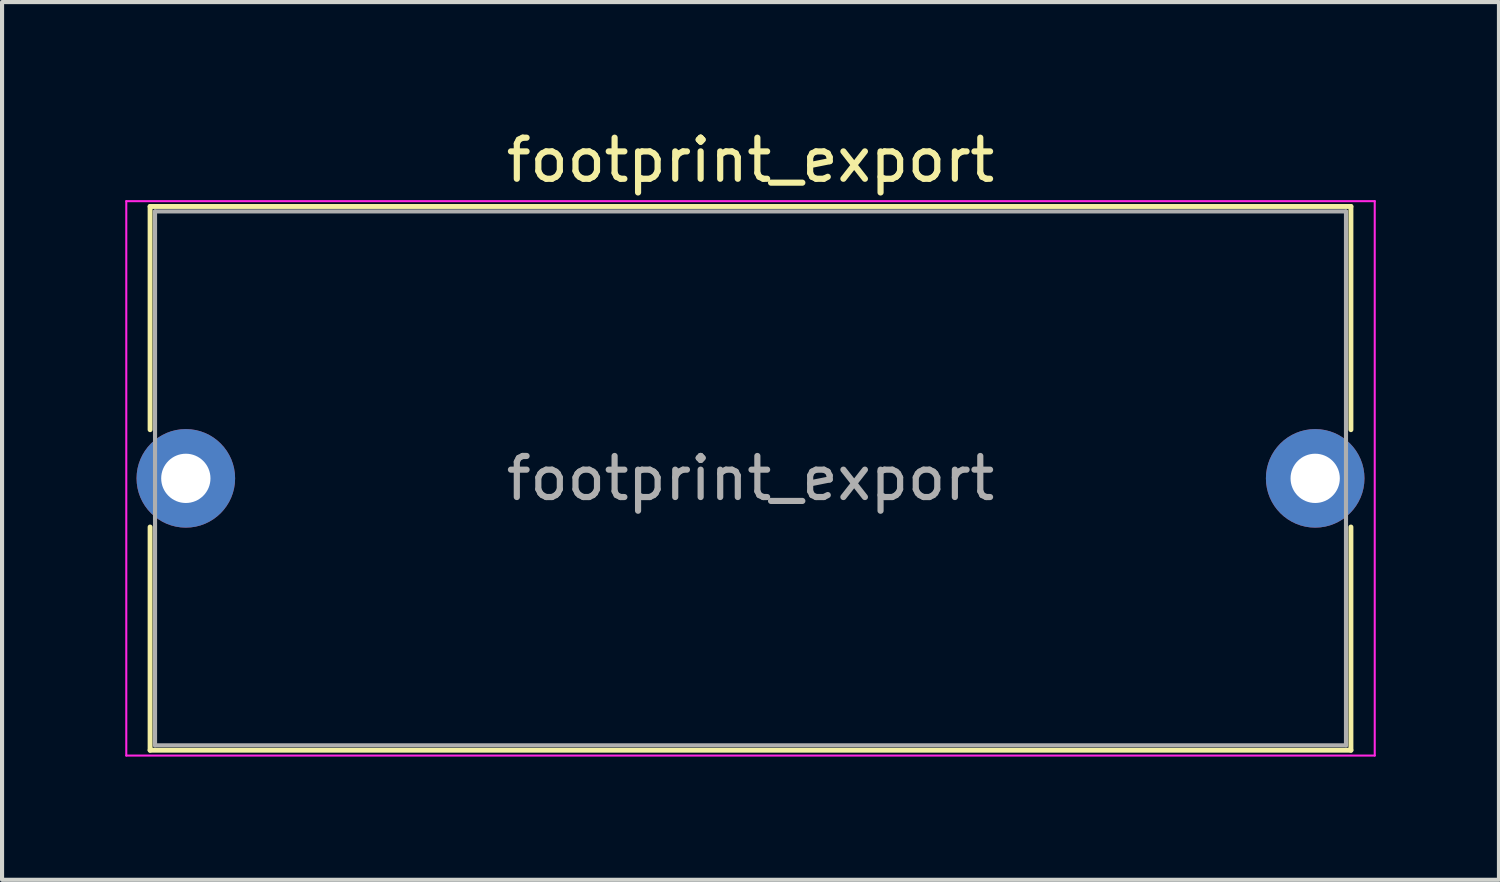
<source format=kicad_pcb>
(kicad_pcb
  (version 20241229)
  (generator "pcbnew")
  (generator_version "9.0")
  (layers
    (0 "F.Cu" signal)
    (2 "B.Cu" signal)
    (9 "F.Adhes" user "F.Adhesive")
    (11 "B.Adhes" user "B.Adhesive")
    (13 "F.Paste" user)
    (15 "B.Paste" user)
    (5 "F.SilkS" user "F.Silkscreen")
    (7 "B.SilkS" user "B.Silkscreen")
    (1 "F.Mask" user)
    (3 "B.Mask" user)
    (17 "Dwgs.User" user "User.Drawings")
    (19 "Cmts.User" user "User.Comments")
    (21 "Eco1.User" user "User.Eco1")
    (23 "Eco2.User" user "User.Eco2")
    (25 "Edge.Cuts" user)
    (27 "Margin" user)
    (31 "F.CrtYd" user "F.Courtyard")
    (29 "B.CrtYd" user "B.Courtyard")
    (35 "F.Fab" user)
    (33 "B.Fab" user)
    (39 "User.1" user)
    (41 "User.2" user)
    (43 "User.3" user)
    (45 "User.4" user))
  (footprint "footprint_export"
    (layer "F.Cu")
    (at 1.475 8.598)
    (property "Reference" "footprint_export" (at 13.75 -7.75 0) (layer "F.SilkS") (effects (font (size 1 1) (thickness 0.15))))
    (attr through_hole)
    (fp_line (start -0.87 -6.62) (end -0.87 -1.185) (stroke (width 0.12) (type solid)) (layer "F.SilkS"))
    (fp_line (start -0.87 -6.62) (end 28.37 -6.62) (stroke (width 0.12) (type solid)) (layer "F.SilkS"))
    (fp_line (start -0.87 1.185) (end -0.87 6.62) (stroke (width 0.12) (type solid)) (layer "F.SilkS"))
    (fp_line (start -0.87 6.62) (end 28.37 6.62) (stroke (width 0.12) (type solid)) (layer "F.SilkS"))
    (fp_line (start 28.37 -6.62) (end 28.37 -1.185) (stroke (width 0.12) (type solid)) (layer "F.SilkS"))
    (fp_line (start 28.37 1.185) (end 28.37 6.62) (stroke (width 0.12) (type solid)) (layer "F.SilkS"))
    (fp_line (start -1.45 -6.75) (end -1.45 6.75) (stroke (width 0.05) (type solid)) (layer "F.CrtYd"))
    (fp_line (start -1.45 6.75) (end 28.95 6.75) (stroke (width 0.05) (type solid)) (layer "F.CrtYd"))
    (fp_line (start 28.95 -6.75) (end -1.45 -6.75) (stroke (width 0.05) (type solid)) (layer "F.CrtYd"))
    (fp_line (start 28.95 6.75) (end 28.95 -6.75) (stroke (width 0.05) (type solid)) (layer "F.CrtYd"))
    (fp_line (start -0.75 -6.5) (end -0.75 6.5) (stroke (width 0.1) (type solid)) (layer "F.Fab"))
    (fp_line (start -0.75 6.5) (end 28.25 6.5) (stroke (width 0.1) (type solid)) (layer "F.Fab"))
    (fp_line (start 28.25 -6.5) (end -0.75 -6.5) (stroke (width 0.1) (type solid)) (layer "F.Fab"))
    (fp_line (start 28.25 6.5) (end 28.25 -6.5) (stroke (width 0.1) (type solid)) (layer "F.Fab"))
    (fp_text user "${REFERENCE}" (at 13.75 0 0) (layer "F.Fab") (effects (font (size 1 1) (thickness 0.15))))
    (pad "1" thru_hole circle (at 0 0) (size 2.4 2.4) (drill 1.2) (layers "*.Cu" "*.Mask"))
    (pad "2" thru_hole circle (at 27.5 0) (size 2.4 2.4) (drill 1.2) (layers "*.Cu" "*.Mask")))
  (gr_rect
    (start -3 -3)
    (end 33.45 18.373)
    (stroke (width 0.1) (type default))
    (fill no)
    (layer "Edge.Cuts")))
</source>
